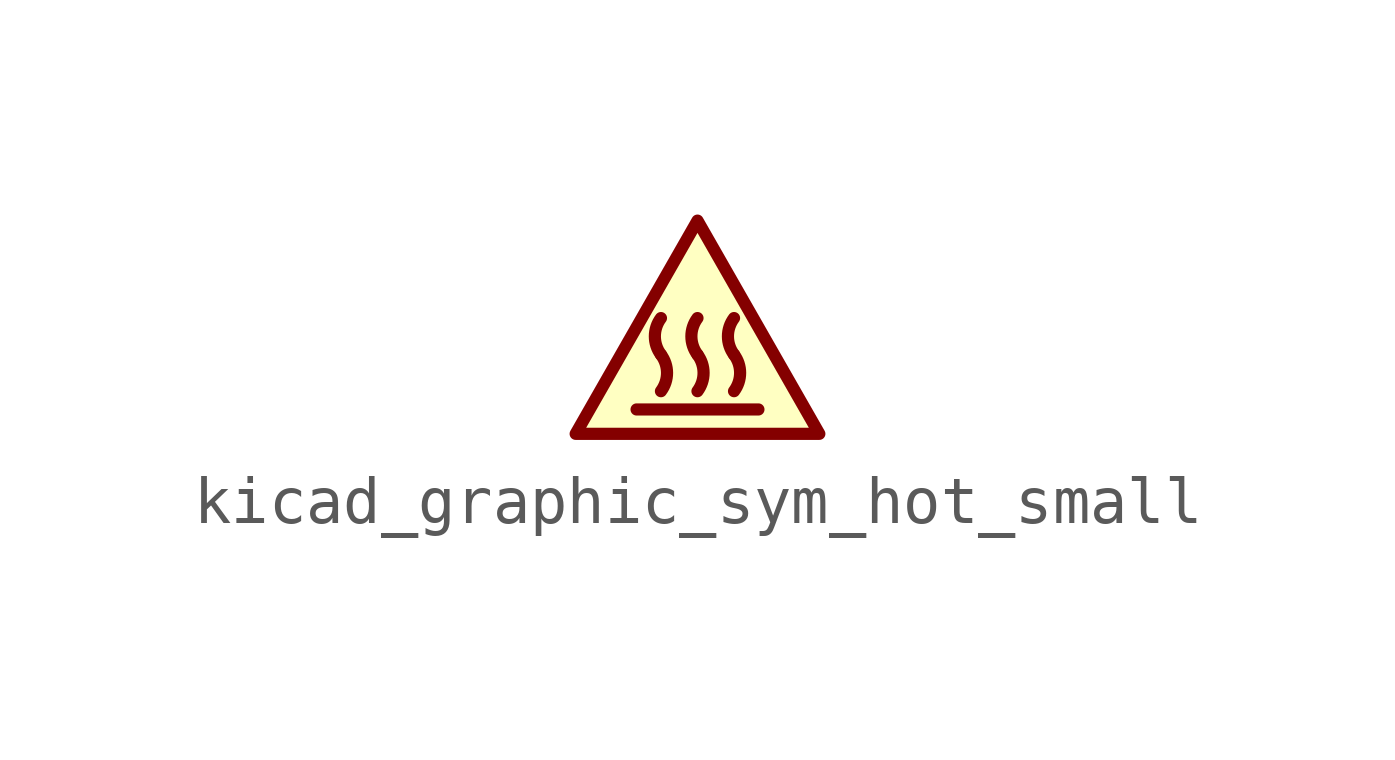
<source format=kicad_sym>
(kicad_symbol_lib
  (version 20220914)
  (generator kicad_symbol_editor)
  (symbol "kicad_graphic_sym_hot_small"
    (property "Reference" "#SYM"
      (at 0 3.556 0)
      (effects (font (size 1.27 1.27)) hide))
    (symbol "kicad_graphic_sym_hot_small_0_1"
      (arc (start -0.762 -1.016) (mid -0.635 -0.635) (end -0.762 -0.254) (stroke (width 0.254) (type default)) (fill (type none)))
      (arc (start -0.762 0.508) (mid -0.889 0.127) (end -0.762 -0.254) (stroke (width 0.254) (type default)) (fill (type none)))
      (arc (start 0 -1.016) (mid 0.127 -0.635) (end 0 -0.254) (stroke (width 0.254) (type default)) (fill (type none)))
      (polyline (pts (xy 1.27 -1.397) (xy -1.27 -1.397)) (stroke (width 0.254) (type default)) (fill (type none)))
      (polyline (pts (xy -2.54 -1.905) (xy 2.54 -1.905) (xy 0 2.54) (xy -2.54 -1.905)) (stroke (width 0.254) (type default)) (fill (type background)))
      (arc (start 0 0.508) (mid -0.127 0.127) (end 0 -0.254) (stroke (width 0.254) (type default)) (fill (type none)))
      (arc (start 0.762 -1.016) (mid 0.889 -0.635) (end 0.762 -0.254) (stroke (width 0.254) (type default)) (fill (type none)))
      (arc (start 0.762 0.508) (mid 0.635 0.127) (end 0.762 -0.254) (stroke (width 0.254) (type default)) (fill (type none))))))
</source>
